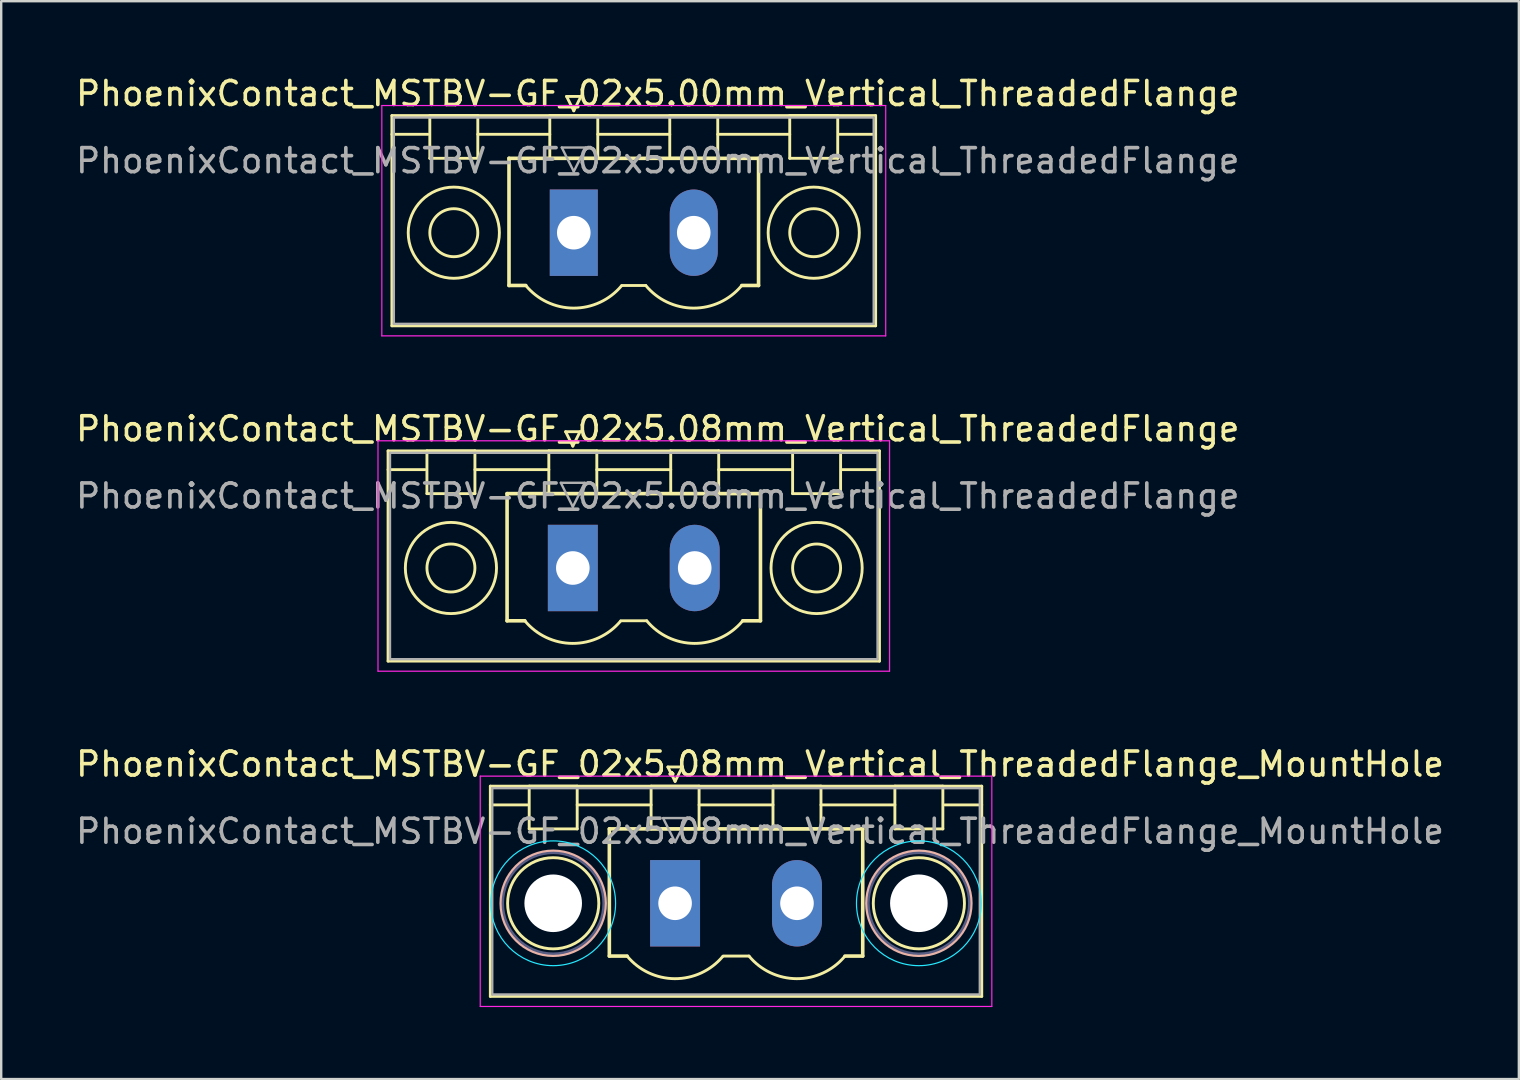
<source format=kicad_pcb>
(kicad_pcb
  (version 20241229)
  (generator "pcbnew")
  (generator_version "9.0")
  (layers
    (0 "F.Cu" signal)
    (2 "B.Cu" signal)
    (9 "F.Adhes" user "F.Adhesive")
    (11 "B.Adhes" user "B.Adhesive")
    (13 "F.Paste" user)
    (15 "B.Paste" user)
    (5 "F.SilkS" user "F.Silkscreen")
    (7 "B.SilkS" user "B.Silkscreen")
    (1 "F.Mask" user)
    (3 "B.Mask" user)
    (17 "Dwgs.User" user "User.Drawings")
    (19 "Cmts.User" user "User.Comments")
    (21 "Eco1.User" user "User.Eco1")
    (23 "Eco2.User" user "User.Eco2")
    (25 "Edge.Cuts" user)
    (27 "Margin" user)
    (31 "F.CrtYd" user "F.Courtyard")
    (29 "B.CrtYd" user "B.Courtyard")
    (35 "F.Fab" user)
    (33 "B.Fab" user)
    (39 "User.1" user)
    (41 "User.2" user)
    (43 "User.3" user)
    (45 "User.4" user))
  (footprint "PhoenixContact_MSTBV-GF_02x5.00mm_Vertical_ThreadedFlange"
    (layer "F.Cu")
    (at 20.863 6.648)
    (property "Reference" "PhoenixContact_MSTBV-GF_02x5.00mm_Vertical_ThreadedFlange" (at 3.5 -5.8 0) (layer "F.SilkS") (effects (font (size 1 1) (thickness 0.15))))
    (attr through_hole)
    (fp_line (start -7.58 -4.88) (end -7.58 3.88) (stroke (width 0.12) (type solid)) (layer "F.SilkS"))
    (fp_line (start -7.58 -4.1) (end -6.08 -4.1) (stroke (width 0.12) (type solid)) (layer "F.SilkS"))
    (fp_line (start -7.58 3.88) (end 12.58 3.88) (stroke (width 0.12) (type solid)) (layer "F.SilkS"))
    (fp_line (start -6 -4.88) (end -4 -4.88) (stroke (width 0.12) (type solid)) (layer "F.SilkS"))
    (fp_line (start -6 -3.1) (end -6 -4.88) (stroke (width 0.12) (type solid)) (layer "F.SilkS"))
    (fp_line (start -4 -4.88) (end -4 -3.1) (stroke (width 0.12) (type solid)) (layer "F.SilkS"))
    (fp_line (start -4 -4.1) (end -1 -4.1) (stroke (width 0.12) (type solid)) (layer "F.SilkS"))
    (fp_line (start -4 -3.1) (end -6 -3.1) (stroke (width 0.12) (type solid)) (layer "F.SilkS"))
    (fp_line (start -2.7 -3.1) (end 7.7 -3.1) (stroke (width 0.15) (type solid)) (layer "F.SilkS"))
    (fp_line (start -2.7 2.2) (end -2.7 -3.1) (stroke (width 0.15) (type solid)) (layer "F.SilkS"))
    (fp_line (start -2 2.2) (end -2.7 2.2) (stroke (width 0.15) (type solid)) (layer "F.SilkS"))
    (fp_line (start -1 -4.88) (end 1 -4.88) (stroke (width 0.12) (type solid)) (layer "F.SilkS"))
    (fp_line (start -1 -3.1) (end -1 -4.88) (stroke (width 0.12) (type solid)) (layer "F.SilkS"))
    (fp_line (start -0.3 -5.68) (end 0.3 -5.68) (stroke (width 0.12) (type solid)) (layer "F.SilkS"))
    (fp_line (start 0 -5.08) (end -0.3 -5.68) (stroke (width 0.12) (type solid)) (layer "F.SilkS"))
    (fp_line (start 0.3 -5.68) (end 0 -5.08) (stroke (width 0.12) (type solid)) (layer "F.SilkS"))
    (fp_line (start 1 -4.88) (end 1 -3.1) (stroke (width 0.12) (type solid)) (layer "F.SilkS"))
    (fp_line (start 1 -4.1) (end 4 -4.1) (stroke (width 0.12) (type solid)) (layer "F.SilkS"))
    (fp_line (start 1 -3.1) (end -1 -3.1) (stroke (width 0.12) (type solid)) (layer "F.SilkS"))
    (fp_line (start 2 2.2) (end 3 2.2) (stroke (width 0.12) (type solid)) (layer "F.SilkS"))
    (fp_line (start 4 -4.88) (end 6 -4.88) (stroke (width 0.12) (type solid)) (layer "F.SilkS"))
    (fp_line (start 4 -3.1) (end 4 -4.88) (stroke (width 0.12) (type solid)) (layer "F.SilkS"))
    (fp_line (start 6 -4.88) (end 6 -3.1) (stroke (width 0.12) (type solid)) (layer "F.SilkS"))
    (fp_line (start 6 -4.1) (end 9 -4.1) (stroke (width 0.12) (type solid)) (layer "F.SilkS"))
    (fp_line (start 6 -3.1) (end 4 -3.1) (stroke (width 0.12) (type solid)) (layer "F.SilkS"))
    (fp_line (start 7.7 -3.1) (end 7.7 2.2) (stroke (width 0.15) (type solid)) (layer "F.SilkS"))
    (fp_line (start 7.7 2.2) (end 7 2.2) (stroke (width 0.15) (type solid)) (layer "F.SilkS"))
    (fp_line (start 9 -4.88) (end 11 -4.88) (stroke (width 0.12) (type solid)) (layer "F.SilkS"))
    (fp_line (start 9 -3.1) (end 9 -4.88) (stroke (width 0.12) (type solid)) (layer "F.SilkS"))
    (fp_line (start 11 -4.88) (end 11 -3.1) (stroke (width 0.12) (type solid)) (layer "F.SilkS"))
    (fp_line (start 11 -3.1) (end 9 -3.1) (stroke (width 0.12) (type solid)) (layer "F.SilkS"))
    (fp_line (start 12.58 -4.88) (end -7.58 -4.88) (stroke (width 0.12) (type solid)) (layer "F.SilkS"))
    (fp_line (start 12.58 -4.1) (end 11.08 -4.1) (stroke (width 0.12) (type solid)) (layer "F.SilkS"))
    (fp_line (start 12.58 3.88) (end 12.58 -4.88) (stroke (width 0.12) (type solid)) (layer "F.SilkS"))
    (fp_arc (start 1.986842 2.215821) (mid -0.010289 3.142758) (end -2 2.2) (stroke (width 0.12) (type solid)) (layer "F.SilkS"))
    (fp_arc (start 6.986842 2.215821) (mid 4.989711 3.142758) (end 3 2.2) (stroke (width 0.12) (type solid)) (layer "F.SilkS"))
    (fp_circle (center -5 0) (end -4 0) (stroke (width 0.12) (type solid)) (fill no) (layer "F.SilkS"))
    (fp_circle (center -5 0) (end -3.1 0) (stroke (width 0.12) (type solid)) (fill no) (layer "F.SilkS"))
    (fp_circle (center 10 0) (end 11 0) (stroke (width 0.12) (type solid)) (fill no) (layer "F.SilkS"))
    (fp_circle (center 10 0) (end 11.9 0) (stroke (width 0.12) (type solid)) (fill no) (layer "F.SilkS"))
    (fp_line (start -8 -5.3) (end -8 4.3) (stroke (width 0.05) (type solid)) (layer "F.CrtYd"))
    (fp_line (start -8 4.3) (end 13 4.3) (stroke (width 0.05) (type solid)) (layer "F.CrtYd"))
    (fp_line (start 13 -5.3) (end -8 -5.3) (stroke (width 0.05) (type solid)) (layer "F.CrtYd"))
    (fp_line (start 13 4.3) (end 13 -5.3) (stroke (width 0.05) (type solid)) (layer "F.CrtYd"))
    (fp_line (start -7.5 -4.8) (end -7.5 3.8) (stroke (width 0.1) (type solid)) (layer "F.Fab"))
    (fp_line (start -7.5 3.8) (end 12.5 3.8) (stroke (width 0.1) (type solid)) (layer "F.Fab"))
    (fp_line (start -0.5 -3.55) (end 0.5 -3.55) (stroke (width 0.1) (type solid)) (layer "F.Fab"))
    (fp_line (start 0 -2.55) (end -0.5 -3.55) (stroke (width 0.1) (type solid)) (layer "F.Fab"))
    (fp_line (start 0.5 -3.55) (end 0 -2.55) (stroke (width 0.1) (type solid)) (layer "F.Fab"))
    (fp_line (start 12.5 -4.8) (end -7.5 -4.8) (stroke (width 0.1) (type solid)) (layer "F.Fab"))
    (fp_line (start 12.5 3.8) (end 12.5 -4.8) (stroke (width 0.1) (type solid)) (layer "F.Fab"))
    (fp_text user "${REFERENCE}" (at 3.5 -3 0) (layer "F.Fab") (effects (font (size 1 1) (thickness 0.15))))
    (pad "1" thru_hole rect (at 0 0) (size 2 3.6) (drill 1.4) (layers "*.Cu" "*.Mask"))
    (pad "2" thru_hole oval (at 5 0) (size 2 3.6) (drill 1.4) (layers "*.Cu" "*.Mask")))
  (footprint "PhoenixContact_MSTBV-GF_02x5.08mm_Vertical_ThreadedFlange_MountHole"
    (layer "F.Cu")
    (at 25.085 34.595)
    (property "Reference" "PhoenixContact_MSTBV-GF_02x5.08mm_Vertical_ThreadedFlange_MountHole" (at 3.54 -5.8 0) (layer "F.SilkS") (effects (font (size 1 1) (thickness 0.15))))
    (attr through_hole)
    (fp_line (start -7.7 -4.88) (end -7.7 3.88) (stroke (width 0.12) (type solid)) (layer "F.SilkS"))
    (fp_line (start -7.7 -4.1) (end -6.16 -4.1) (stroke (width 0.12) (type solid)) (layer "F.SilkS"))
    (fp_line (start -7.7 3.88) (end 12.78 3.88) (stroke (width 0.12) (type solid)) (layer "F.SilkS"))
    (fp_line (start -6.08 -4.88) (end -4.08 -4.88) (stroke (width 0.12) (type solid)) (layer "F.SilkS"))
    (fp_line (start -6.08 -3.1) (end -6.08 -4.88) (stroke (width 0.12) (type solid)) (layer "F.SilkS"))
    (fp_line (start -4.08 -4.88) (end -4.08 -3.1) (stroke (width 0.12) (type solid)) (layer "F.SilkS"))
    (fp_line (start -4.08 -4.1) (end -1 -4.1) (stroke (width 0.12) (type solid)) (layer "F.SilkS"))
    (fp_line (start -4.08 -3.1) (end -6.08 -3.1) (stroke (width 0.12) (type solid)) (layer "F.SilkS"))
    (fp_line (start -2.74 -3.1) (end 7.82 -3.1) (stroke (width 0.15) (type solid)) (layer "F.SilkS"))
    (fp_line (start -2.74 2.2) (end -2.74 -3.1) (stroke (width 0.15) (type solid)) (layer "F.SilkS"))
    (fp_line (start -2 2.2) (end -2.74 2.2) (stroke (width 0.15) (type solid)) (layer "F.SilkS"))
    (fp_line (start -1 -4.88) (end 1 -4.88) (stroke (width 0.12) (type solid)) (layer "F.SilkS"))
    (fp_line (start -1 -3.1) (end -1 -4.88) (stroke (width 0.12) (type solid)) (layer "F.SilkS"))
    (fp_line (start -0.3 -5.68) (end 0.3 -5.68) (stroke (width 0.12) (type solid)) (layer "F.SilkS"))
    (fp_line (start 0 -5.08) (end -0.3 -5.68) (stroke (width 0.12) (type solid)) (layer "F.SilkS"))
    (fp_line (start 0.3 -5.68) (end 0 -5.08) (stroke (width 0.12) (type solid)) (layer "F.SilkS"))
    (fp_line (start 1 -4.88) (end 1 -3.1) (stroke (width 0.12) (type solid)) (layer "F.SilkS"))
    (fp_line (start 1 -4.1) (end 4.08 -4.1) (stroke (width 0.12) (type solid)) (layer "F.SilkS"))
    (fp_line (start 1 -3.1) (end -1 -3.1) (stroke (width 0.12) (type solid)) (layer "F.SilkS"))
    (fp_line (start 2 2.2) (end 3.08 2.2) (stroke (width 0.12) (type solid)) (layer "F.SilkS"))
    (fp_line (start 4.08 -4.88) (end 6.08 -4.88) (stroke (width 0.12) (type solid)) (layer "F.SilkS"))
    (fp_line (start 4.08 -3.1) (end 4.08 -4.88) (stroke (width 0.12) (type solid)) (layer "F.SilkS"))
    (fp_line (start 6.08 -4.88) (end 6.08 -3.1) (stroke (width 0.12) (type solid)) (layer "F.SilkS"))
    (fp_line (start 6.08 -4.1) (end 9.16 -4.1) (stroke (width 0.12) (type solid)) (layer "F.SilkS"))
    (fp_line (start 6.08 -3.1) (end 4.08 -3.1) (stroke (width 0.12) (type solid)) (layer "F.SilkS"))
    (fp_line (start 7.82 -3.1) (end 7.82 2.2) (stroke (width 0.15) (type solid)) (layer "F.SilkS"))
    (fp_line (start 7.82 2.2) (end 7.08 2.2) (stroke (width 0.15) (type solid)) (layer "F.SilkS"))
    (fp_line (start 9.16 -4.88) (end 11.16 -4.88) (stroke (width 0.12) (type solid)) (layer "F.SilkS"))
    (fp_line (start 9.16 -3.1) (end 9.16 -4.88) (stroke (width 0.12) (type solid)) (layer "F.SilkS"))
    (fp_line (start 11.16 -4.88) (end 11.16 -3.1) (stroke (width 0.12) (type solid)) (layer "F.SilkS"))
    (fp_line (start 11.16 -3.1) (end 9.16 -3.1) (stroke (width 0.12) (type solid)) (layer "F.SilkS"))
    (fp_line (start 12.78 -4.88) (end -7.7 -4.88) (stroke (width 0.12) (type solid)) (layer "F.SilkS"))
    (fp_line (start 12.78 -4.1) (end 11.24 -4.1) (stroke (width 0.12) (type solid)) (layer "F.SilkS"))
    (fp_line (start 12.78 3.88) (end 12.78 -4.88) (stroke (width 0.12) (type solid)) (layer "F.SilkS"))
    (fp_arc (start 1.986842 2.215821) (mid -0.010289 3.142758) (end -2 2.2) (stroke (width 0.12) (type solid)) (layer "F.SilkS"))
    (fp_arc (start 7.066842 2.215821) (mid 5.069711 3.142758) (end 3.08 2.2) (stroke (width 0.12) (type solid)) (layer "F.SilkS"))
    (fp_circle (center -5.08 0) (end -3.18 0) (stroke (width 0.12) (type solid)) (fill no) (layer "F.SilkS"))
    (fp_circle (center 10.16 0) (end 12.06 0) (stroke (width 0.12) (type solid)) (fill no) (layer "F.SilkS"))
    (fp_circle (center -5.08 0) (end -2.9 0) (stroke (width 0.12) (type solid)) (fill no) (layer "B.SilkS"))
    (fp_circle (center 10.16 0) (end 12.34 0) (stroke (width 0.12) (type solid)) (fill no) (layer "B.SilkS"))
    (fp_circle (center -5.08 0) (end -2.48 0) (stroke (width 0.05) (type solid)) (fill no) (layer "B.CrtYd"))
    (fp_circle (center 10.16 0) (end 12.76 0) (stroke (width 0.05) (type solid)) (fill no) (layer "B.CrtYd"))
    (fp_line (start -8.12 -5.3) (end -8.12 4.3) (stroke (width 0.05) (type solid)) (layer "F.CrtYd"))
    (fp_line (start -8.12 4.3) (end 13.2 4.3) (stroke (width 0.05) (type solid)) (layer "F.CrtYd"))
    (fp_line (start 13.2 -5.3) (end -8.12 -5.3) (stroke (width 0.05) (type solid)) (layer "F.CrtYd"))
    (fp_line (start 13.2 4.3) (end 13.2 -5.3) (stroke (width 0.05) (type solid)) (layer "F.CrtYd"))
    (fp_circle (center -5.08 0) (end -2.98 0) (stroke (width 0.1) (type solid)) (fill no) (layer "B.Fab"))
    (fp_circle (center 10.16 0) (end 12.26 0) (stroke (width 0.1) (type solid)) (fill no) (layer "B.Fab"))
    (fp_line (start -7.62 -4.8) (end -7.62 3.8) (stroke (width 0.1) (type solid)) (layer "F.Fab"))
    (fp_line (start -7.62 3.8) (end 12.7 3.8) (stroke (width 0.1) (type solid)) (layer "F.Fab"))
    (fp_line (start -0.5 -3.55) (end 0.5 -3.55) (stroke (width 0.1) (type solid)) (layer "F.Fab"))
    (fp_line (start 0 -2.55) (end -0.5 -3.55) (stroke (width 0.1) (type solid)) (layer "F.Fab"))
    (fp_line (start 0.5 -3.55) (end 0 -2.55) (stroke (width 0.1) (type solid)) (layer "F.Fab"))
    (fp_line (start 12.7 -4.8) (end -7.62 -4.8) (stroke (width 0.1) (type solid)) (layer "F.Fab"))
    (fp_line (start 12.7 3.8) (end 12.7 -4.8) (stroke (width 0.1) (type solid)) (layer "F.Fab"))
    (fp_text user "${REFERENCE}" (at 3.54 -3 0) (layer "F.Fab") (effects (font (size 1 1) (thickness 0.15))))
    (pad "" np_thru_hole circle (at -5.08 0) (size 2.4 2.4) (drill 2.4) (layers "*.Cu" "*.Mask"))
    (pad "" np_thru_hole circle (at 10.16 0) (size 2.4 2.4) (drill 2.4) (layers "*.Cu" "*.Mask"))
    (pad "1" thru_hole rect (at 0 0) (size 2.08 3.6) (drill 1.4) (layers "*.Cu" "*.Mask"))
    (pad "2" thru_hole oval (at 5.08 0) (size 2.08 3.6) (drill 1.4) (layers "*.Cu" "*.Mask")))
  (footprint "PhoenixContact_MSTBV-GF_02x5.08mm_Vertical_ThreadedFlange"
    (layer "F.Cu")
    (at 20.823 20.622)
    (property "Reference" "PhoenixContact_MSTBV-GF_02x5.08mm_Vertical_ThreadedFlange" (at 3.54 -5.8 0) (layer "F.SilkS") (effects (font (size 1 1) (thickness 0.15))))
    (attr through_hole)
    (fp_line (start -7.7 -4.88) (end -7.7 3.88) (stroke (width 0.12) (type solid)) (layer "F.SilkS"))
    (fp_line (start -7.7 -4.1) (end -6.16 -4.1) (stroke (width 0.12) (type solid)) (layer "F.SilkS"))
    (fp_line (start -7.7 3.88) (end 12.78 3.88) (stroke (width 0.12) (type solid)) (layer "F.SilkS"))
    (fp_line (start -6.08 -4.88) (end -4.08 -4.88) (stroke (width 0.12) (type solid)) (layer "F.SilkS"))
    (fp_line (start -6.08 -3.1) (end -6.08 -4.88) (stroke (width 0.12) (type solid)) (layer "F.SilkS"))
    (fp_line (start -4.08 -4.88) (end -4.08 -3.1) (stroke (width 0.12) (type solid)) (layer "F.SilkS"))
    (fp_line (start -4.08 -4.1) (end -1 -4.1) (stroke (width 0.12) (type solid)) (layer "F.SilkS"))
    (fp_line (start -4.08 -3.1) (end -6.08 -3.1) (stroke (width 0.12) (type solid)) (layer "F.SilkS"))
    (fp_line (start -2.74 -3.1) (end 7.82 -3.1) (stroke (width 0.15) (type solid)) (layer "F.SilkS"))
    (fp_line (start -2.74 2.2) (end -2.74 -3.1) (stroke (width 0.15) (type solid)) (layer "F.SilkS"))
    (fp_line (start -2 2.2) (end -2.74 2.2) (stroke (width 0.15) (type solid)) (layer "F.SilkS"))
    (fp_line (start -1 -4.88) (end 1 -4.88) (stroke (width 0.12) (type solid)) (layer "F.SilkS"))
    (fp_line (start -1 -3.1) (end -1 -4.88) (stroke (width 0.12) (type solid)) (layer "F.SilkS"))
    (fp_line (start -0.3 -5.68) (end 0.3 -5.68) (stroke (width 0.12) (type solid)) (layer "F.SilkS"))
    (fp_line (start 0 -5.08) (end -0.3 -5.68) (stroke (width 0.12) (type solid)) (layer "F.SilkS"))
    (fp_line (start 0.3 -5.68) (end 0 -5.08) (stroke (width 0.12) (type solid)) (layer "F.SilkS"))
    (fp_line (start 1 -4.88) (end 1 -3.1) (stroke (width 0.12) (type solid)) (layer "F.SilkS"))
    (fp_line (start 1 -4.1) (end 4.08 -4.1) (stroke (width 0.12) (type solid)) (layer "F.SilkS"))
    (fp_line (start 1 -3.1) (end -1 -3.1) (stroke (width 0.12) (type solid)) (layer "F.SilkS"))
    (fp_line (start 2 2.2) (end 3.08 2.2) (stroke (width 0.12) (type solid)) (layer "F.SilkS"))
    (fp_line (start 4.08 -4.88) (end 6.08 -4.88) (stroke (width 0.12) (type solid)) (layer "F.SilkS"))
    (fp_line (start 4.08 -3.1) (end 4.08 -4.88) (stroke (width 0.12) (type solid)) (layer "F.SilkS"))
    (fp_line (start 6.08 -4.88) (end 6.08 -3.1) (stroke (width 0.12) (type solid)) (layer "F.SilkS"))
    (fp_line (start 6.08 -4.1) (end 9.16 -4.1) (stroke (width 0.12) (type solid)) (layer "F.SilkS"))
    (fp_line (start 6.08 -3.1) (end 4.08 -3.1) (stroke (width 0.12) (type solid)) (layer "F.SilkS"))
    (fp_line (start 7.82 -3.1) (end 7.82 2.2) (stroke (width 0.15) (type solid)) (layer "F.SilkS"))
    (fp_line (start 7.82 2.2) (end 7.08 2.2) (stroke (width 0.15) (type solid)) (layer "F.SilkS"))
    (fp_line (start 9.16 -4.88) (end 11.16 -4.88) (stroke (width 0.12) (type solid)) (layer "F.SilkS"))
    (fp_line (start 9.16 -3.1) (end 9.16 -4.88) (stroke (width 0.12) (type solid)) (layer "F.SilkS"))
    (fp_line (start 11.16 -4.88) (end 11.16 -3.1) (stroke (width 0.12) (type solid)) (layer "F.SilkS"))
    (fp_line (start 11.16 -3.1) (end 9.16 -3.1) (stroke (width 0.12) (type solid)) (layer "F.SilkS"))
    (fp_line (start 12.78 -4.88) (end -7.7 -4.88) (stroke (width 0.12) (type solid)) (layer "F.SilkS"))
    (fp_line (start 12.78 -4.1) (end 11.24 -4.1) (stroke (width 0.12) (type solid)) (layer "F.SilkS"))
    (fp_line (start 12.78 3.88) (end 12.78 -4.88) (stroke (width 0.12) (type solid)) (layer "F.SilkS"))
    (fp_arc (start 1.986842 2.215821) (mid -0.010289 3.142758) (end -2 2.2) (stroke (width 0.12) (type solid)) (layer "F.SilkS"))
    (fp_arc (start 7.066842 2.215821) (mid 5.069711 3.142758) (end 3.08 2.2) (stroke (width 0.12) (type solid)) (layer "F.SilkS"))
    (fp_circle (center -5.08 0) (end -4.08 0) (stroke (width 0.12) (type solid)) (fill no) (layer "F.SilkS"))
    (fp_circle (center -5.08 0) (end -3.18 0) (stroke (width 0.12) (type solid)) (fill no) (layer "F.SilkS"))
    (fp_circle (center 10.16 0) (end 11.16 0) (stroke (width 0.12) (type solid)) (fill no) (layer "F.SilkS"))
    (fp_circle (center 10.16 0) (end 12.06 0) (stroke (width 0.12) (type solid)) (fill no) (layer "F.SilkS"))
    (fp_line (start -8.12 -5.3) (end -8.12 4.3) (stroke (width 0.05) (type solid)) (layer "F.CrtYd"))
    (fp_line (start -8.12 4.3) (end 13.2 4.3) (stroke (width 0.05) (type solid)) (layer "F.CrtYd"))
    (fp_line (start 13.2 -5.3) (end -8.12 -5.3) (stroke (width 0.05) (type solid)) (layer "F.CrtYd"))
    (fp_line (start 13.2 4.3) (end 13.2 -5.3) (stroke (width 0.05) (type solid)) (layer "F.CrtYd"))
    (fp_line (start -7.62 -4.8) (end -7.62 3.8) (stroke (width 0.1) (type solid)) (layer "F.Fab"))
    (fp_line (start -7.62 3.8) (end 12.7 3.8) (stroke (width 0.1) (type solid)) (layer "F.Fab"))
    (fp_line (start -0.5 -3.55) (end 0.5 -3.55) (stroke (width 0.1) (type solid)) (layer "F.Fab"))
    (fp_line (start 0 -2.55) (end -0.5 -3.55) (stroke (width 0.1) (type solid)) (layer "F.Fab"))
    (fp_line (start 0.5 -3.55) (end 0 -2.55) (stroke (width 0.1) (type solid)) (layer "F.Fab"))
    (fp_line (start 12.7 -4.8) (end -7.62 -4.8) (stroke (width 0.1) (type solid)) (layer "F.Fab"))
    (fp_line (start 12.7 3.8) (end 12.7 -4.8) (stroke (width 0.1) (type solid)) (layer "F.Fab"))
    (fp_text user "${REFERENCE}" (at 3.54 -3 0) (layer "F.Fab") (effects (font (size 1 1) (thickness 0.15))))
    (pad "1" thru_hole rect (at 0 0) (size 2.08 3.6) (drill 1.4) (layers "*.Cu" "*.Mask"))
    (pad "2" thru_hole oval (at 5.08 0) (size 2.08 3.6) (drill 1.4) (layers "*.Cu" "*.Mask")))
  (gr_rect
    (start -3 -3)
    (end 60.25 41.92)
    (stroke (width 0.1) (type default))
    (fill no)
    (layer "Edge.Cuts")))
</source>
